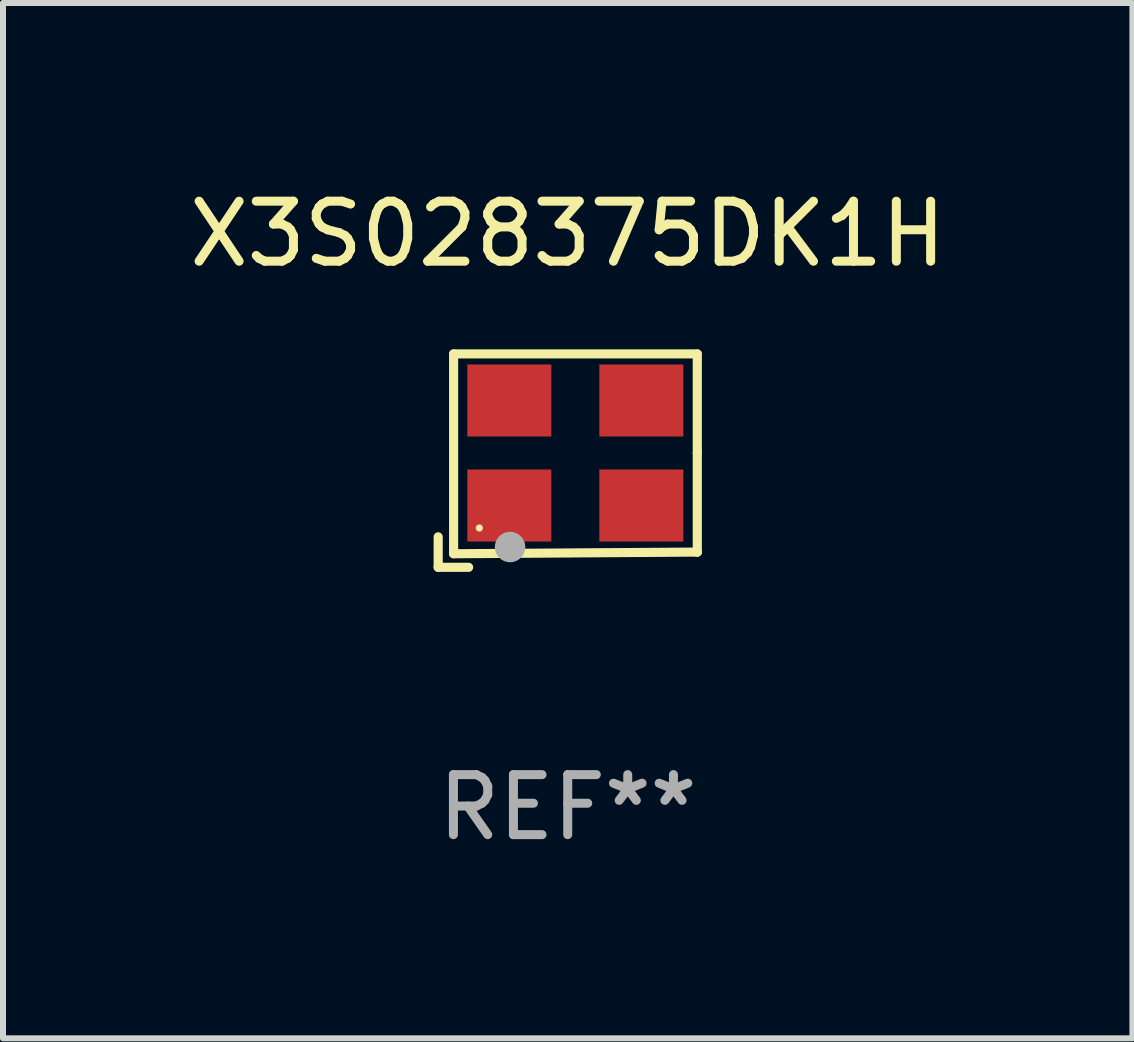
<source format=kicad_pcb>
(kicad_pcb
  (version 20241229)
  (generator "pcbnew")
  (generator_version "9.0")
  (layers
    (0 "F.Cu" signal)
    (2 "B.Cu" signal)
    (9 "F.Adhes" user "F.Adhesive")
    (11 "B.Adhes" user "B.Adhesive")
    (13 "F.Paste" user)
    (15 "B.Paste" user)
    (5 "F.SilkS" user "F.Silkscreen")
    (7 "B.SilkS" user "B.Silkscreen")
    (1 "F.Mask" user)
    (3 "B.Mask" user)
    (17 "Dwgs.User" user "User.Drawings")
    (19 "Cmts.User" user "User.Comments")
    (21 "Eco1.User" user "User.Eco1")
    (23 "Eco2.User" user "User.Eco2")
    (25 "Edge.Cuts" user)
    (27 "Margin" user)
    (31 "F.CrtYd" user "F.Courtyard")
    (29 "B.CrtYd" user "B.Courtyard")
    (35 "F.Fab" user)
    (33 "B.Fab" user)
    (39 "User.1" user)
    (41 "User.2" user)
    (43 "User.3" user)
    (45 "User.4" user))
  (footprint "X3S028375DK1H"
    (layer "F.Cu")
    (at 6.411 4.626)
    (property "Reference" "X3S028375DK1H" (at 0 -3.778 0) (layer "F.SilkS") (effects (font (size 1 1) (thickness 0.15))))
    (attr through_hole)
    (fp_line (start -2.159 1.27) (end -2.159 1.778) (stroke (width 0.152) (type solid)) (layer "F.SilkS"))
    (fp_line (start -2.159 1.778) (end -1.651 1.778) (stroke (width 0.152) (type solid)) (layer "F.SilkS"))
    (fp_line (start -1.902 -1.778) (end 2.159 -1.778) (stroke (width 0.152) (type solid)) (layer "F.SilkS"))
    (fp_line (start -1.902 1.552) (end -1.902 -1.778) (stroke (width 0.152) (type solid)) (layer "F.SilkS"))
    (fp_line (start 2.159 -1.778) (end 2.159 -0.127) (stroke (width 0.152) (type solid)) (layer "F.SilkS"))
    (fp_line (start 2.159 -0.127) (end 2.159 1.524) (stroke (width 0.152) (type solid)) (layer "F.SilkS"))
    (fp_line (start 2.159 1.524) (end -1.902 1.552) (stroke (width 0.152) (type solid)) (layer "F.SilkS"))
    (fp_line (start 2.159 1.524) (end 2.159 1.524) (stroke (width 0.152) (type solid)) (layer "F.SilkS"))
    (fp_circle (center -1.473 1.123) (end -1.443 1.123) (stroke (width 0.06) (type solid)) (fill no) (layer "F.SilkS"))
    (fp_circle (center -0.961 1.44) (end -0.834 1.44) (stroke (width 0.254) (type solid)) (fill no) (layer "F.Fab"))
    (fp_text user "REF**" (at 0 5.778 0) (layer "F.Fab") (effects (font (size 1 1) (thickness 0.15))))
    (pad "1" smd rect (at -0.973 0.748) (size 1.4 1.2) (layers "F.Cu" "F.Mask" "F.Paste"))
    (pad "2" smd rect (at 1.227 0.748) (size 1.4 1.2) (layers "F.Cu" "F.Mask" "F.Paste"))
    (pad "3" smd rect (at 1.227 -1.002) (size 1.4 1.2) (layers "F.Cu" "F.Mask" "F.Paste"))
    (pad "4" smd rect (at -0.973 -1.002) (size 1.4 1.2) (layers "F.Cu" "F.Mask" "F.Paste")))
  (gr_rect
    (start -3 -3)
    (end 15.821 14.253)
    (stroke (width 0.1) (type default))
    (fill no)
    (layer "Edge.Cuts")))
</source>
